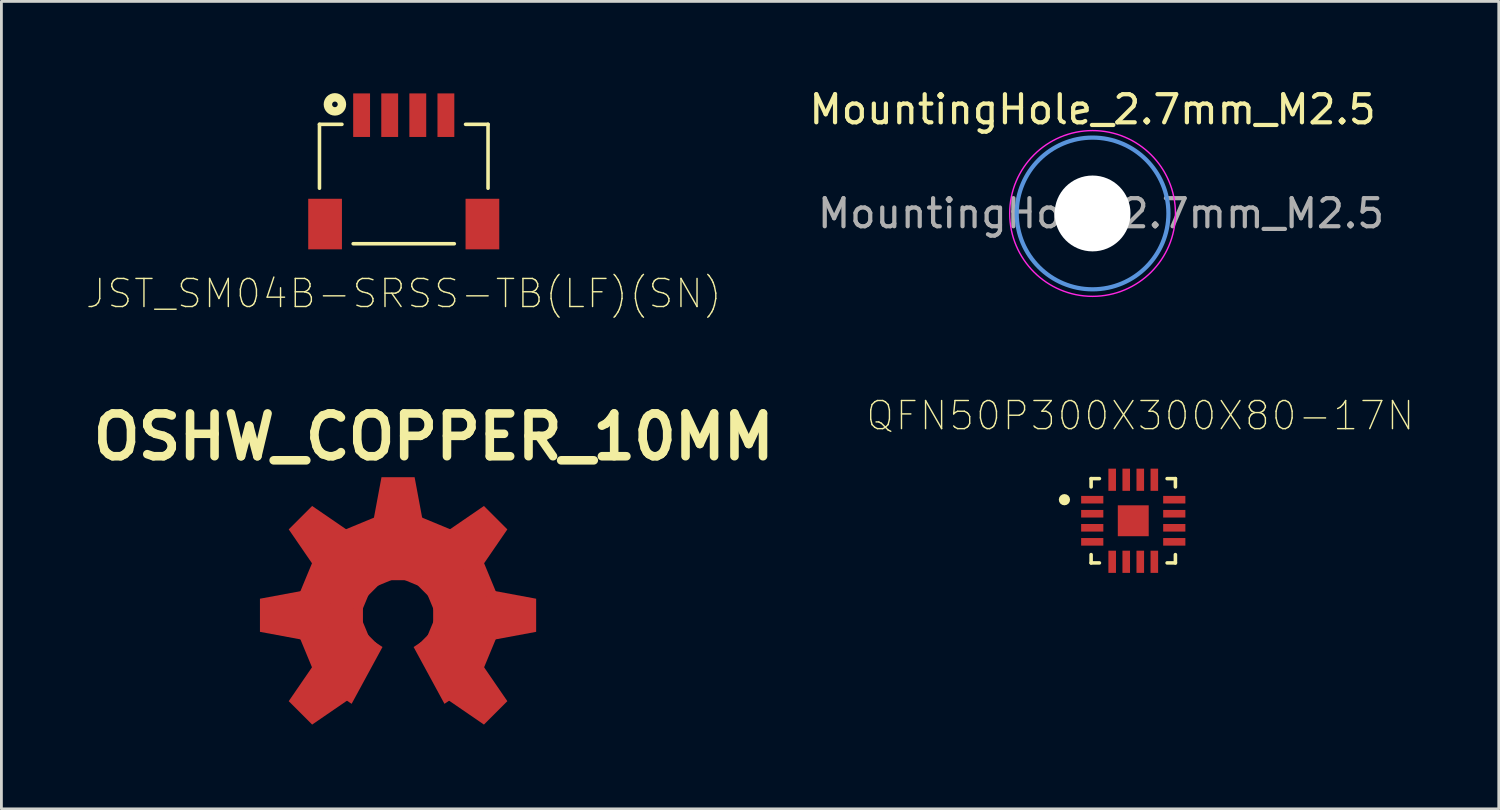
<source format=kicad_pcb>
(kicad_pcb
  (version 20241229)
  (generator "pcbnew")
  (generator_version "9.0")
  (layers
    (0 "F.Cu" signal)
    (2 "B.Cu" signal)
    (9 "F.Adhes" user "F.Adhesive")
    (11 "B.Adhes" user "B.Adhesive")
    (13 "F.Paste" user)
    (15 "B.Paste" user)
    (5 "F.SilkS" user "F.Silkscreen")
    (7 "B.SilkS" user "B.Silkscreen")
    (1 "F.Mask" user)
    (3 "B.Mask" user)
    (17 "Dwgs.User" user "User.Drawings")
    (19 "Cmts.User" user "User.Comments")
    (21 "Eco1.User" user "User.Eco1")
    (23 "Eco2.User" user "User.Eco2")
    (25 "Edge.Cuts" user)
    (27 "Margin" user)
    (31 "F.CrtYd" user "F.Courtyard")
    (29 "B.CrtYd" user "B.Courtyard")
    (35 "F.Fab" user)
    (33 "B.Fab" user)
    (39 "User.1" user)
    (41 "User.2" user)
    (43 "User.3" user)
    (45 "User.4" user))
  (footprint "OSHW_COPPER_10MM"
    (layer "F.Cu")
    (at 11.118 18.85)
    (property "Reference" "OSHW_COPPER_10MM" (at 1.27 -6.35 0) (layer "F.SilkS") (effects (font (size 1.524 1.524) (thickness 0.305))))
    (attr through_hole)
    (pad "" smd trapezoid (at -4.166 0 270) (size 1.458 1.499) (rect_delta 0 -0.279) (layers "F.Cu" "F.Mask" "F.Paste"))
    (pad "" smd trapezoid (at -2.944 -2.944 225) (size 1.458 1.499) (rect_delta 0 -0.279) (layers "F.Cu" "F.Mask" "F.Paste"))
    (pad "" smd trapezoid (at -2.944 2.944 315) (size 1.458 1.499) (rect_delta 0 -0.279) (layers "F.Cu" "F.Mask" "F.Paste"))
    (pad "" smd trapezoid (at -2.395 0 270) (size 1.082 2.291) (rect_delta 0 0.414) (layers "F.Cu" "F.Mask" "F.Paste"))
    (pad "" smd trapezoid (at -2.212 -0.914 247.5) (size 1.082 2.291) (rect_delta 0 0.414) (layers "F.Cu" "F.Mask" "F.Paste"))
    (pad "" smd trapezoid (at -2.212 0.914 292.5) (size 1.082 2.291) (rect_delta 0 0.414) (layers "F.Cu" "F.Mask" "F.Paste"))
    (pad "" smd trapezoid (at -1.692 -1.692 225) (size 1.082 2.291) (rect_delta 0 0.414) (layers "F.Cu" "F.Mask" "F.Paste"))
    (pad "" smd trapezoid (at -1.692 1.692 315) (size 1.082 2.291) (rect_delta 0 0.414) (layers "F.Cu" "F.Mask" "F.Paste"))
    (pad "" smd trapezoid (at -1.328 1.991 326.3) (size 0.541 2.291) (rect_delta 0 0.208) (layers "F.Cu" "F.Mask" "F.Paste"))
    (pad "" smd trapezoid (at -0.914 -2.212 202.5) (size 1.082 2.291) (rect_delta 0 0.414) (layers "F.Cu" "F.Mask" "F.Paste"))
    (pad "" smd trapezoid (at 0 -4.166 180) (size 1.458 1.499) (rect_delta 0 -0.279) (layers "F.Cu" "F.Mask" "F.Paste"))
    (pad "" smd trapezoid (at 0 -2.395 180) (size 1.082 2.291) (rect_delta 0 0.414) (layers "F.Cu" "F.Mask" "F.Paste"))
    (pad "" smd trapezoid (at 0.914 -2.212 157.5) (size 1.082 2.291) (rect_delta 0 0.414) (layers "F.Cu" "F.Mask" "F.Paste"))
    (pad "" smd trapezoid (at 1.328 1.991 33.7) (size 0.541 2.291) (rect_delta 0 0.208) (layers "F.Cu" "F.Mask" "F.Paste"))
    (pad "" smd trapezoid (at 1.692 -1.692 135) (size 1.082 2.291) (rect_delta 0 0.414) (layers "F.Cu" "F.Mask" "F.Paste"))
    (pad "" smd trapezoid (at 1.692 1.692 45) (size 1.082 2.291) (rect_delta 0 0.414) (layers "F.Cu" "F.Mask" "F.Paste"))
    (pad "" smd trapezoid (at 2.212 -0.914 112.5) (size 1.082 2.291) (rect_delta 0 0.414) (layers "F.Cu" "F.Mask" "F.Paste"))
    (pad "" smd trapezoid (at 2.212 0.914 67.5) (size 1.082 2.291) (rect_delta 0 0.414) (layers "F.Cu" "F.Mask" "F.Paste"))
    (pad "" smd trapezoid (at 2.395 0 90) (size 1.082 2.291) (rect_delta 0 0.414) (layers "F.Cu" "F.Mask" "F.Paste"))
    (pad "" smd trapezoid (at 2.944 -2.944 135) (size 1.458 1.499) (rect_delta 0 -0.279) (layers "F.Cu" "F.Mask" "F.Paste"))
    (pad "" smd trapezoid (at 2.944 2.944 45) (size 1.458 1.499) (rect_delta 0 -0.279) (layers "F.Cu" "F.Mask" "F.Paste"))
    (pad "" smd trapezoid (at 4.166 0 90) (size 1.458 1.499) (rect_delta 0 -0.279) (layers "F.Cu" "F.Mask" "F.Paste")))
  (footprint "MountingHole_2.7mm_M2.5"
    (layer "F.Cu")
    (at 35.839 4.548)
    (property "Reference" "MountingHole_2.7mm_M2.5" (at 0 -3.7 0) (layer "F.SilkS") (effects (font (size 1 1) (thickness 0.15))))
    (attr exclude_from_pos_files exclude_from_bom)
    (fp_circle (center 0 0) (end 2.7 0) (stroke (width 0.15) (type solid)) (fill no) (layer "Cmts.User"))
    (fp_circle (center 0 0) (end 2.95 0) (stroke (width 0.05) (type solid)) (fill no) (layer "F.CrtYd"))
    (fp_text user "${REFERENCE}" (at 0.3 0 0) (layer "F.Fab") (effects (font (size 1 1) (thickness 0.15))))
    (pad "" np_thru_hole circle (at 0 0) (size 2.7 2.7) (drill 2.7) (layers "*.Cu" "*.Mask")))
  (footprint "QFN50P300X300X80-17N"
    (layer "F.Cu")
    (at 37.287 15.486)
    (property "Reference" "QFN50P300X300X80-17N" (at 0.25 -3.74 0) (layer "F.SilkS") (effects (font (size 1 1) (thickness 0.05))))
    (attr smd)
    (fp_line (start -1.5 -1.5) (end -1.5 -1.205) (stroke (width 0.127) (type solid)) (layer "F.SilkS"))
    (fp_line (start -1.5 -1.5) (end -1.205 -1.5) (stroke (width 0.127) (type solid)) (layer "F.SilkS"))
    (fp_line (start -1.5 1.5) (end -1.5 1.205) (stroke (width 0.127) (type solid)) (layer "F.SilkS"))
    (fp_line (start -1.5 1.5) (end -1.205 1.5) (stroke (width 0.127) (type solid)) (layer "F.SilkS"))
    (fp_line (start 1.5 -1.5) (end 1.205 -1.5) (stroke (width 0.127) (type solid)) (layer "F.SilkS"))
    (fp_line (start 1.5 -1.5) (end 1.5 -1.205) (stroke (width 0.127) (type solid)) (layer "F.SilkS"))
    (fp_line (start 1.5 1.5) (end 1.205 1.5) (stroke (width 0.127) (type solid)) (layer "F.SilkS"))
    (fp_line (start 1.5 1.5) (end 1.5 1.205) (stroke (width 0.127) (type solid)) (layer "F.SilkS"))
    (fp_circle (center -2.45 -0.75) (end -2.35 -0.75) (stroke (width 0.2) (type solid)) (fill no) (layer "F.SilkS"))
    (fp_poly (pts (xy -0.35 -0.35) (xy 0.35 -0.35) (xy 0.35 0.35) (xy -0.35 0.35)) (stroke (width 0) (type solid)) (fill yes) (layer "F.Paste"))
    (fp_line (start -2.105 -2.105) (end 2.105 -2.105) (stroke (width 0.05) (type solid)) (layer "Eco1.User"))
    (fp_line (start -2.105 2.105) (end -2.105 -2.105) (stroke (width 0.05) (type solid)) (layer "Eco1.User"))
    (fp_line (start -2.105 2.105) (end 2.105 2.105) (stroke (width 0.05) (type solid)) (layer "Eco1.User"))
    (fp_line (start 2.105 2.105) (end 2.105 -2.105) (stroke (width 0.05) (type solid)) (layer "Eco1.User"))
    (fp_line (start -1.5 1.5) (end -1.5 -1.5) (stroke (width 0.127) (type solid)) (layer "Eco2.User"))
    (fp_line (start 1.5 -1.5) (end -1.5 -1.5) (stroke (width 0.127) (type solid)) (layer "Eco2.User"))
    (fp_line (start 1.5 1.5) (end -1.5 1.5) (stroke (width 0.127) (type solid)) (layer "Eco2.User"))
    (fp_line (start 1.5 1.5) (end 1.5 -1.5) (stroke (width 0.127) (type solid)) (layer "Eco2.User"))
    (fp_circle (center -2.45 -0.75) (end -2.35 -0.75) (stroke (width 0.2) (type solid)) (fill no) (layer "Eco2.User"))
    (pad "1" smd rect (at -1.46 -0.75) (size 0.79 0.27) (layers "F.Cu" "F.Mask" "F.Paste"))
    (pad "2" smd rect (at -1.46 -0.25) (size 0.79 0.27) (layers "F.Cu" "F.Mask" "F.Paste"))
    (pad "3" smd rect (at -1.46 0.25) (size 0.79 0.27) (layers "F.Cu" "F.Mask" "F.Paste"))
    (pad "4" smd rect (at -1.46 0.75) (size 0.79 0.27) (layers "F.Cu" "F.Mask" "F.Paste"))
    (pad "5" smd rect (at -0.75 1.46 90) (size 0.79 0.27) (layers "F.Cu" "F.Mask" "F.Paste"))
    (pad "6" smd rect (at -0.25 1.46 90) (size 0.79 0.27) (layers "F.Cu" "F.Mask" "F.Paste"))
    (pad "7" smd rect (at 0.25 1.46 90) (size 0.79 0.27) (layers "F.Cu" "F.Mask" "F.Paste"))
    (pad "8" smd rect (at 0.75 1.46 90) (size 0.79 0.27) (layers "F.Cu" "F.Mask" "F.Paste"))
    (pad "9" smd rect (at 1.46 0.75) (size 0.79 0.27) (layers "F.Cu" "F.Mask" "F.Paste"))
    (pad "10" smd rect (at 1.46 0.25) (size 0.79 0.27) (layers "F.Cu" "F.Mask" "F.Paste"))
    (pad "11" smd rect (at 1.46 -0.25) (size 0.79 0.27) (layers "F.Cu" "F.Mask" "F.Paste"))
    (pad "12" smd rect (at 1.46 -0.75) (size 0.79 0.27) (layers "F.Cu" "F.Mask" "F.Paste"))
    (pad "13" smd rect (at 0.75 -1.46 90) (size 0.79 0.27) (layers "F.Cu" "F.Mask" "F.Paste"))
    (pad "14" smd rect (at 0.25 -1.46 90) (size 0.79 0.27) (layers "F.Cu" "F.Mask" "F.Paste"))
    (pad "15" smd rect (at -0.25 -1.46 90) (size 0.79 0.27) (layers "F.Cu" "F.Mask" "F.Paste"))
    (pad "16" smd rect (at -0.75 -1.46 90) (size 0.79 0.27) (layers "F.Cu" "F.Mask" "F.Paste"))
    (pad "17" smd rect (at 0 0) (size 1.1 1.1) (layers "F.Cu" "F.Mask" "F.Paste")))
  (footprint "JST_SM04B-SRSS-TB(LF)(SN)"
    (layer "F.Cu")
    (at 11.321 1.05)
    (property "Reference" "JST_SM04B-SRSS-TB(LF)(SN)" (at 0 6.35 0) (layer "F.SilkS") (effects (font (size 1.001 1.001) (thickness 0.05))))
    (attr smd)
    (fp_line (start -3 0.325) (end -3 2.6) (stroke (width 0.127) (type solid)) (layer "F.SilkS"))
    (fp_line (start -2.2 0.325) (end -3 0.325) (stroke (width 0.127) (type solid)) (layer "F.SilkS"))
    (fp_line (start -1.8 4.575) (end 1.8 4.575) (stroke (width 0.127) (type solid)) (layer "F.SilkS"))
    (fp_line (start 2.2 0.325) (end 3 0.325) (stroke (width 0.127) (type solid)) (layer "F.SilkS"))
    (fp_line (start 3 0.325) (end 3 2.6) (stroke (width 0.127) (type solid)) (layer "F.SilkS"))
    (fp_circle (center -2.45 -0.385) (end -2.35 -0.385) (stroke (width 0.3) (type solid)) (fill no) (layer "F.SilkS"))
    (fp_line (start -3.65 -1.025) (end 3.65 -1.025) (stroke (width 0.05) (type solid)) (layer "Eco1.User"))
    (fp_line (start -3.65 5.025) (end -3.65 -1.025) (stroke (width 0.05) (type solid)) (layer "Eco1.User"))
    (fp_line (start 3.65 -1.025) (end 3.65 5.025) (stroke (width 0.05) (type solid)) (layer "Eco1.User"))
    (fp_line (start 3.65 5.025) (end -3.65 5.025) (stroke (width 0.05) (type solid)) (layer "Eco1.User"))
    (fp_line (start -3 0.325) (end 3 0.325) (stroke (width 0.127) (type solid)) (layer "Eco2.User"))
    (fp_line (start -3 4.575) (end -3 0.325) (stroke (width 0.127) (type solid)) (layer "Eco2.User"))
    (fp_line (start 3 0.325) (end 3 4.575) (stroke (width 0.127) (type solid)) (layer "Eco2.User"))
    (fp_line (start 3 4.575) (end -3 4.575) (stroke (width 0.127) (type solid)) (layer "Eco2.User"))
    (fp_circle (center -2.45 -0.385) (end -2.35 -0.385) (stroke (width 0.3) (type solid)) (fill no) (layer "Eco2.User"))
    (pad "1" smd rect (at -1.5 0) (size 0.6 1.55) (layers "F.Cu" "F.Mask" "F.Paste"))
    (pad "2" smd rect (at -0.5 0) (size 0.6 1.55) (layers "F.Cu" "F.Mask" "F.Paste"))
    (pad "3" smd rect (at 0.5 0) (size 0.6 1.55) (layers "F.Cu" "F.Mask" "F.Paste"))
    (pad "4" smd rect (at 1.5 0) (size 0.6 1.55) (layers "F.Cu" "F.Mask" "F.Paste"))
    (pad "S1" smd rect (at -2.8 3.875 180) (size 1.2 1.8) (layers "F.Cu" "F.Mask" "F.Paste"))
    (pad "S2" smd rect (at 2.8 3.875 180) (size 1.2 1.8) (layers "F.Cu" "F.Mask" "F.Paste")))
  (gr_rect
    (start -3 -3)
    (end 50.297 25.74)
    (stroke (width 0.1) (type default))
    (fill no)
    (layer "Edge.Cuts")))
</source>
